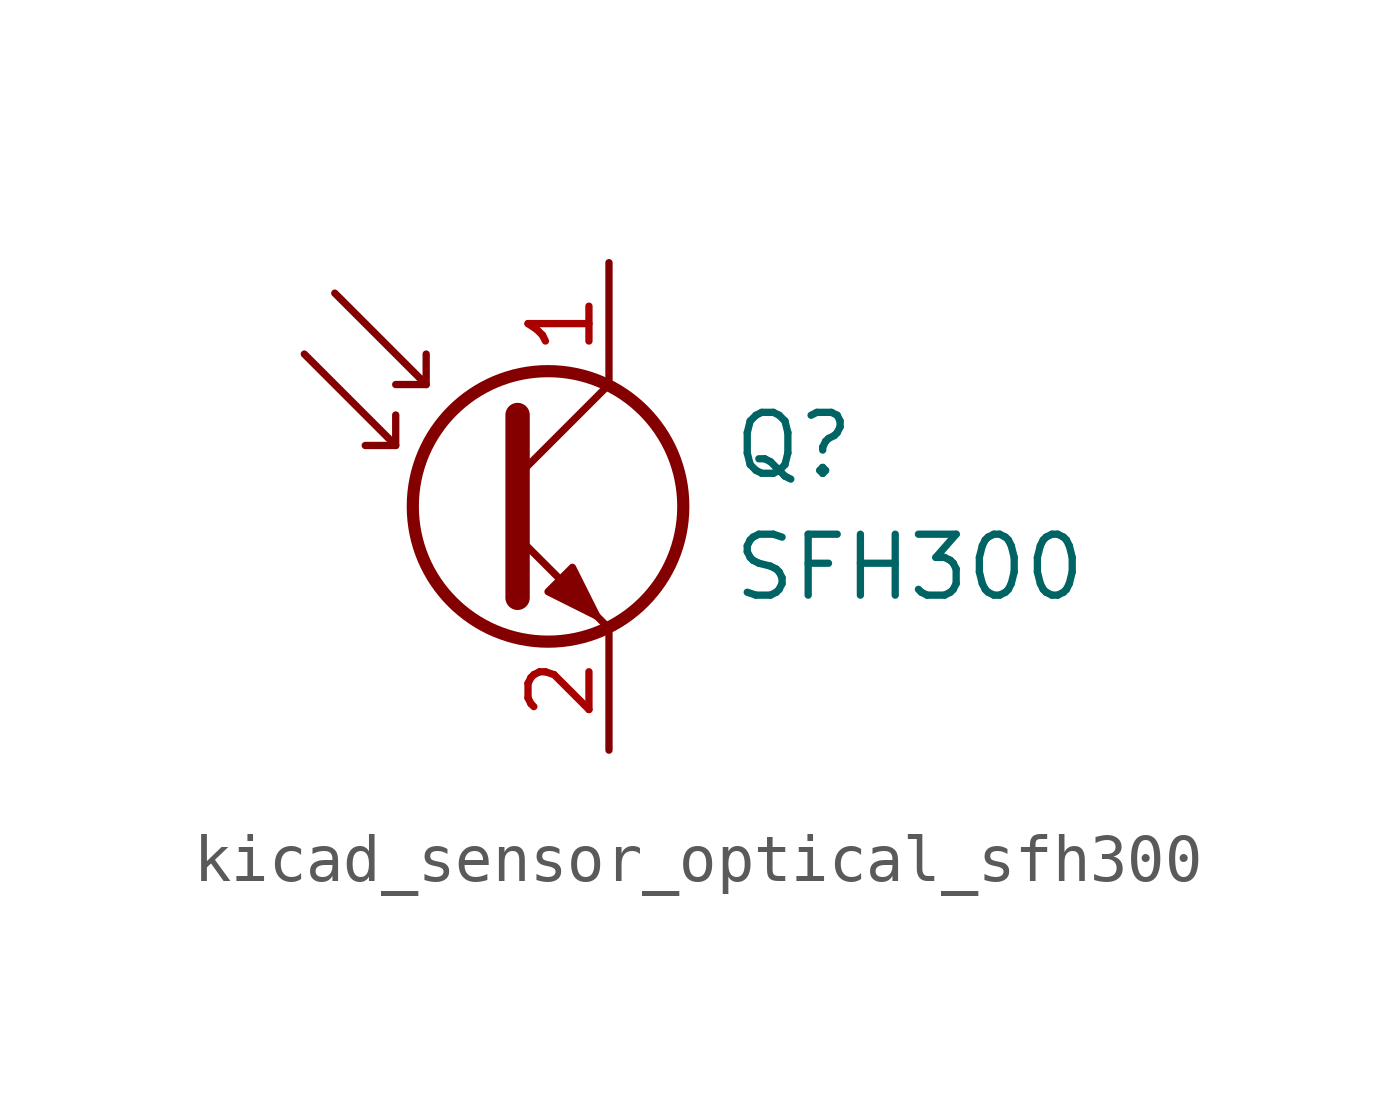
<source format=kicad_sym>
(kicad_symbol_lib
  (version 20220914)
  (generator kicad_symbol_editor)
  (symbol "kicad_sensor_optical_sfh300"
    (pin_names
      (offset 0) hide)
    (property "Reference" "Q"
      (at 5.08 1.27 0)
      (effects (font (size 1.27 1.27)) (justify left)))
    (property "Value" "SFH300"
      (at 5.08 -1.27 0)
      (effects (font (size 1.27 1.27)) (justify left)))
    (symbol "kicad_sensor_optical_sfh300_0_1"
      (polyline (pts (xy -1.905 1.27) (xy -2.54 1.27)) (stroke (width 0) (type default)) (fill (type none)))
      (polyline (pts (xy -1.27 2.54) (xy -1.905 2.54)) (stroke (width 0) (type default)) (fill (type none)))
      (polyline (pts (xy 0.635 0.635) (xy 2.54 2.54)) (stroke (width 0) (type default)) (fill (type none)))
      (polyline (pts (xy -3.81 3.175) (xy -1.905 1.27) (xy -1.905 1.905)) (stroke (width 0) (type default)) (fill (type none)))
      (polyline (pts (xy -3.175 4.445) (xy -1.27 2.54) (xy -1.27 3.175)) (stroke (width 0) (type default)) (fill (type none)))
      (polyline (pts (xy 0.635 -0.635) (xy 2.54 -2.54) (xy 2.54 -2.54)) (stroke (width 0) (type default)) (fill (type none)))
      (polyline (pts (xy 0.635 1.905) (xy 0.635 -1.905) (xy 0.635 -1.905)) (stroke (width 0.508) (type default)) (fill (type none)))
      (polyline (pts (xy 1.27 -1.778) (xy 1.778 -1.27) (xy 2.286 -2.286) (xy 1.27 -1.778) (xy 1.27 -1.778)) (stroke (width 0) (type default)) (fill (type outline)))
      (circle (center 1.27 0) (radius 2.819) (stroke (width 0.254) (type default)) (fill (type none))))
    (symbol "kicad_sensor_optical_sfh300_1_1"
      (pin passive line (at 2.54 5.08 270) (length 2.54) (name "C" (effects (font (size 1.27 1.27)))) (number "1" (effects (font (size 1.27 1.27)))))
      (pin passive line (at 2.54 -5.08 90) (length 2.54) (name "E" (effects (font (size 1.27 1.27)))) (number "2" (effects (font (size 1.27 1.27))))))))
</source>
